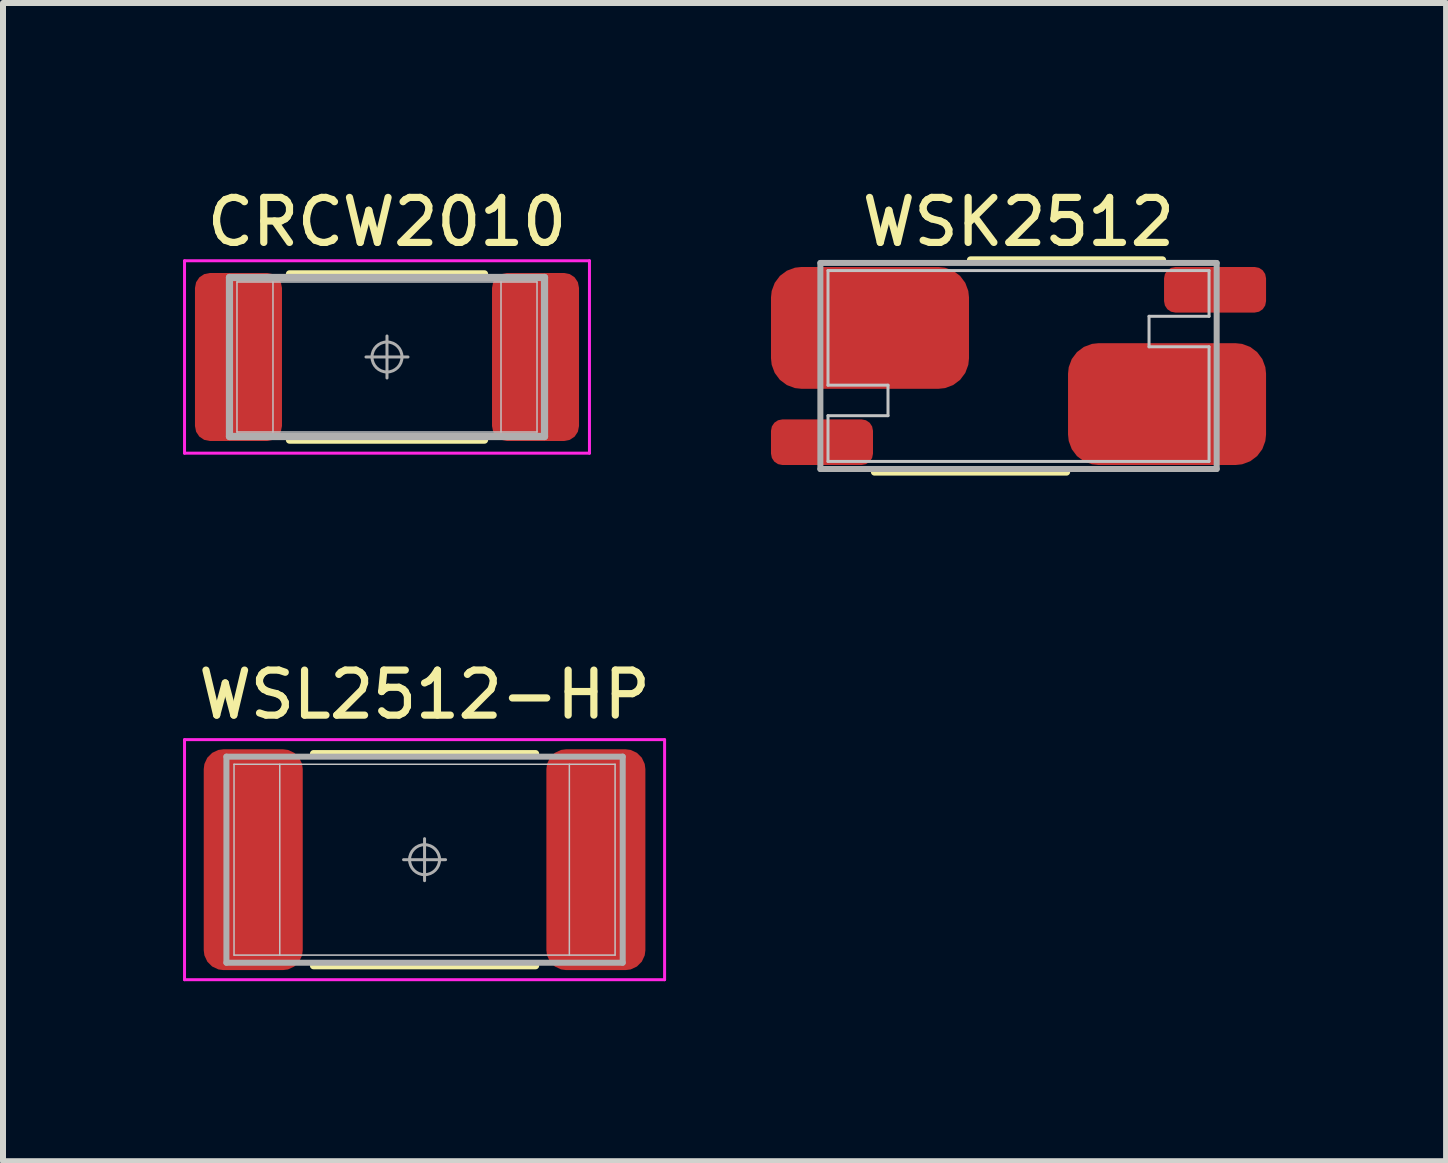
<source format=kicad_pcb>
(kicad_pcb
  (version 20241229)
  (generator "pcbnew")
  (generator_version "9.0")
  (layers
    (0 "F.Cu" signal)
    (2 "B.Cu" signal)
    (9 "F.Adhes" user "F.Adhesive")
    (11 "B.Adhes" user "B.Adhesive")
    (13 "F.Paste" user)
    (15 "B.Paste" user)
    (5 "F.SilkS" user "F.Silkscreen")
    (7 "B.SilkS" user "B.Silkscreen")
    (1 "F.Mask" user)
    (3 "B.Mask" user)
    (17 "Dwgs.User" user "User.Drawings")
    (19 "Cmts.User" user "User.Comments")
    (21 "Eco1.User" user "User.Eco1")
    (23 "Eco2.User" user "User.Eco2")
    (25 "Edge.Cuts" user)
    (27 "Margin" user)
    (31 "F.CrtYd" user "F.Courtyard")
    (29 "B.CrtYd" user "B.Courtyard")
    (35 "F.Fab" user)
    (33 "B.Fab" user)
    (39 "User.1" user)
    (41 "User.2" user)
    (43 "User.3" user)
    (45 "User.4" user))
  (footprint "CRCW2010"
    (layer "F.Cu")
    (at 3.399 2.899)
    (property "Reference" "CRCW2010" (at 0 -2.25 0) (layer "F.SilkS") (effects (font (size 0.75 0.75) (thickness 0.12))))
    (attr smd)
    (fp_line (start -1.625 -1.385) (end 1.625 -1.385) (stroke (width 0.12) (type solid)) (layer "F.SilkS"))
    (fp_line (start -1.625 1.385) (end 1.625 1.385) (stroke (width 0.12) (type solid)) (layer "F.SilkS"))
    (fp_line (start -2.5 -1.25) (end 2.5 -1.25) (stroke (width 0.025) (type solid)) (layer "Dwgs.User"))
    (fp_line (start -2.5 1.25) (end -2.5 -1.25) (stroke (width 0.025) (type solid)) (layer "Dwgs.User"))
    (fp_line (start -1.9 -1.25) (end -1.9 1.25) (stroke (width 0.025) (type solid)) (layer "Dwgs.User"))
    (fp_line (start 1.9 -1.25) (end 1.9 1.25) (stroke (width 0.025) (type solid)) (layer "Dwgs.User"))
    (fp_line (start 2.5 -1.25) (end 2.5 1.25) (stroke (width 0.025) (type solid)) (layer "Dwgs.User"))
    (fp_line (start 2.5 1.25) (end -2.5 1.25) (stroke (width 0.025) (type solid)) (layer "Dwgs.User"))
    (fp_line (start -3.374 -1.603) (end 3.374 -1.603) (stroke (width 0.05) (type solid)) (layer "F.CrtYd"))
    (fp_line (start -3.374 1.603) (end -3.374 -1.603) (stroke (width 0.05) (type solid)) (layer "F.CrtYd"))
    (fp_line (start 3.374 -1.603) (end 3.374 1.603) (stroke (width 0.05) (type solid)) (layer "F.CrtYd"))
    (fp_line (start 3.374 1.603) (end -3.374 1.603) (stroke (width 0.05) (type solid)) (layer "F.CrtYd"))
    (fp_line (start -2.625 -1.325) (end 2.625 -1.325) (stroke (width 0.12) (type solid)) (layer "F.Fab"))
    (fp_line (start -2.625 1.325) (end -2.625 -1.325) (stroke (width 0.12) (type solid)) (layer "F.Fab"))
    (fp_line (start 0 -0.35) (end 0 0.35) (stroke (width 0.05) (type solid)) (layer "F.Fab"))
    (fp_line (start 0.35 0) (end -0.35 0) (stroke (width 0.05) (type solid)) (layer "F.Fab"))
    (fp_line (start 2.625 -1.325) (end 2.625 1.325) (stroke (width 0.12) (type solid)) (layer "F.Fab"))
    (fp_line (start 2.625 1.325) (end -2.625 1.325) (stroke (width 0.12) (type solid)) (layer "F.Fab"))
    (fp_circle (center 0 0) (end 0.25 0) (stroke (width 0.05) (type solid)) (fill no) (layer "F.Fab"))
    (pad "1" smd roundrect (at -2.475 0) (size 1.45 2.8) (layers "F.Cu" "F.Mask" "F.Paste") (roundrect_rratio 0.172))
    (pad "2" smd roundrect (at 2.475 0) (size 1.45 2.8) (layers "F.Cu" "F.Mask" "F.Paste") (roundrect_rratio 0.172)))
  (footprint "WSL2512-HP"
    (layer "F.Cu")
    (at 4.025 11.276)
    (property "Reference" "WSL2512-HP" (at 0 -2.75 0) (layer "F.SilkS") (effects (font (size 0.75 0.75) (thickness 0.12))))
    (attr smd)
    (fp_line (start -1.85 -1.767) (end 1.85 -1.767) (stroke (width 0.12) (type solid)) (layer "F.SilkS"))
    (fp_line (start -1.85 1.767) (end 1.85 1.767) (stroke (width 0.12) (type solid)) (layer "F.SilkS"))
    (fp_line (start -3.175 -1.59) (end 3.175 -1.59) (stroke (width 0.025) (type solid)) (layer "Dwgs.User"))
    (fp_line (start -3.175 1.59) (end -3.175 -1.59) (stroke (width 0.025) (type solid)) (layer "Dwgs.User"))
    (fp_line (start -2.413 -1.59) (end -2.413 1.59) (stroke (width 0.025) (type solid)) (layer "Dwgs.User"))
    (fp_line (start 2.413 1.59) (end 2.413 -1.59) (stroke (width 0.025) (type solid)) (layer "Dwgs.User"))
    (fp_line (start 3.175 -1.59) (end 3.175 1.59) (stroke (width 0.025) (type solid)) (layer "Dwgs.User"))
    (fp_line (start 3.175 1.59) (end -3.175 1.59) (stroke (width 0.025) (type solid)) (layer "Dwgs.User"))
    (fp_line (start -4 -2) (end 4 -2) (stroke (width 0.05) (type solid)) (layer "F.CrtYd"))
    (fp_line (start -4 2) (end -4 -2) (stroke (width 0.05) (type solid)) (layer "F.CrtYd"))
    (fp_line (start 4 -2) (end 4 2) (stroke (width 0.05) (type solid)) (layer "F.CrtYd"))
    (fp_line (start 4 2) (end -4 2) (stroke (width 0.05) (type solid)) (layer "F.CrtYd"))
    (fp_line (start -3.302 -1.717) (end 3.302 -1.717) (stroke (width 0.1) (type solid)) (layer "F.Fab"))
    (fp_line (start -3.302 1.717) (end -3.302 -1.717) (stroke (width 0.1) (type solid)) (layer "F.Fab"))
    (fp_line (start 0 -0.35) (end 0 0.35) (stroke (width 0.05) (type solid)) (layer "F.Fab"))
    (fp_line (start 0.35 0) (end -0.35 0) (stroke (width 0.05) (type solid)) (layer "F.Fab"))
    (fp_line (start 3.302 -1.717) (end 3.302 1.717) (stroke (width 0.1) (type solid)) (layer "F.Fab"))
    (fp_line (start 3.302 1.717) (end -3.302 1.717) (stroke (width 0.1) (type solid)) (layer "F.Fab"))
    (fp_circle (center 0 0) (end 0.25 0) (stroke (width 0.05) (type solid)) (fill no) (layer "F.Fab"))
    (pad "1" smd roundrect (at -2.855 0) (size 1.65 3.68) (layers "F.Cu" "F.Mask" "F.Paste") (roundrect_rratio 0.2))
    (pad "2" smd roundrect (at 2.855 0) (size 1.65 3.68) (layers "F.Cu" "F.Mask" "F.Paste") (roundrect_rratio 0.2)))
  (footprint "WSK2512"
    (layer "F.Cu")
    (at 13.923 3.049)
    (property "Reference" "WSK2512" (at 0 -2.4 0) (unlocked yes) (layer "F.SilkS") (effects (font (size 0.75 0.75) (thickness 0.12))))
    (attr smd)
    (fp_line (start 0.8 1.767) (end -2.4 1.767) (stroke (width 0.12) (type default)) (layer "F.SilkS"))
    (fp_line (start 2.4 -1.767) (end -0.8 -1.767) (stroke (width 0.12) (type default)) (layer "F.SilkS"))
    (fp_line (start -3.175 -1.59) (end -3.175 0.32) (stroke (width 0.05) (type default)) (layer "Dwgs.User"))
    (fp_line (start -3.175 -1.59) (end 3.175 -1.59) (stroke (width 0.05) (type default)) (layer "Dwgs.User"))
    (fp_line (start -3.175 0.32) (end -2.175 0.32) (stroke (width 0.05) (type default)) (layer "Dwgs.User"))
    (fp_line (start -3.175 0.828) (end -3.175 1.59) (stroke (width 0.05) (type default)) (layer "Dwgs.User"))
    (fp_line (start -3.175 0.828) (end -2.175 0.828) (stroke (width 0.05) (type default)) (layer "Dwgs.User"))
    (fp_line (start -3.175 1.59) (end 3.175 1.59) (stroke (width 0.05) (type default)) (layer "Dwgs.User"))
    (fp_line (start -2.175 0.828) (end -2.175 0.32) (stroke (width 0.05) (type default)) (layer "Dwgs.User"))
    (fp_line (start 2.175 -0.828) (end 2.175 -0.32) (stroke (width 0.05) (type default)) (layer "Dwgs.User"))
    (fp_line (start 3.175 -1.59) (end 3.175 -0.828) (stroke (width 0.05) (type default)) (layer "Dwgs.User"))
    (fp_line (start 3.175 -0.828) (end 2.175 -0.828) (stroke (width 0.05) (type default)) (layer "Dwgs.User"))
    (fp_line (start 3.175 -0.32) (end 2.175 -0.32) (stroke (width 0.05) (type default)) (layer "Dwgs.User"))
    (fp_line (start 3.175 -0.32) (end 3.175 1.59) (stroke (width 0.05) (type default)) (layer "Dwgs.User"))
    (fp_line (start -3.302 1.717) (end -3.302 -1.717) (stroke (width 0.1) (type default)) (layer "F.Fab"))
    (fp_line (start 3.302 -1.717) (end -3.302 -1.717) (stroke (width 0.1) (type default)) (layer "F.Fab"))
    (fp_line (start 3.302 -1.717) (end 3.302 1.717) (stroke (width 0.1) (type default)) (layer "F.Fab"))
    (fp_line (start 3.302 1.717) (end -3.302 1.717) (stroke (width 0.1) (type default)) (layer "F.Fab"))
    (pad "1" smd roundrect (at -2.475 -0.635) (size 3.3 2.03) (layers "F.Cu" "F.Mask" "F.Paste") (roundrect_rratio 0.25))
    (pad "2" smd roundrect (at -3.275 1.27) (size 1.7 0.76) (layers "F.Cu" "F.Mask" "F.Paste") (roundrect_rratio 0.25))
    (pad "3" smd roundrect (at 2.475 0.635) (size 3.3 2.03) (layers "F.Cu" "F.Mask" "F.Paste") (roundrect_rratio 0.25))
    (pad "4" smd roundrect (at 3.275 -1.27) (size 1.7 0.76) (layers "F.Cu" "F.Mask" "F.Paste") (roundrect_rratio 0.25)))
  (gr_rect
    (start -3 -3)
    (end 21.048 16.301)
    (stroke (width 0.1) (type default))
    (fill no)
    (layer "Edge.Cuts")))
</source>
